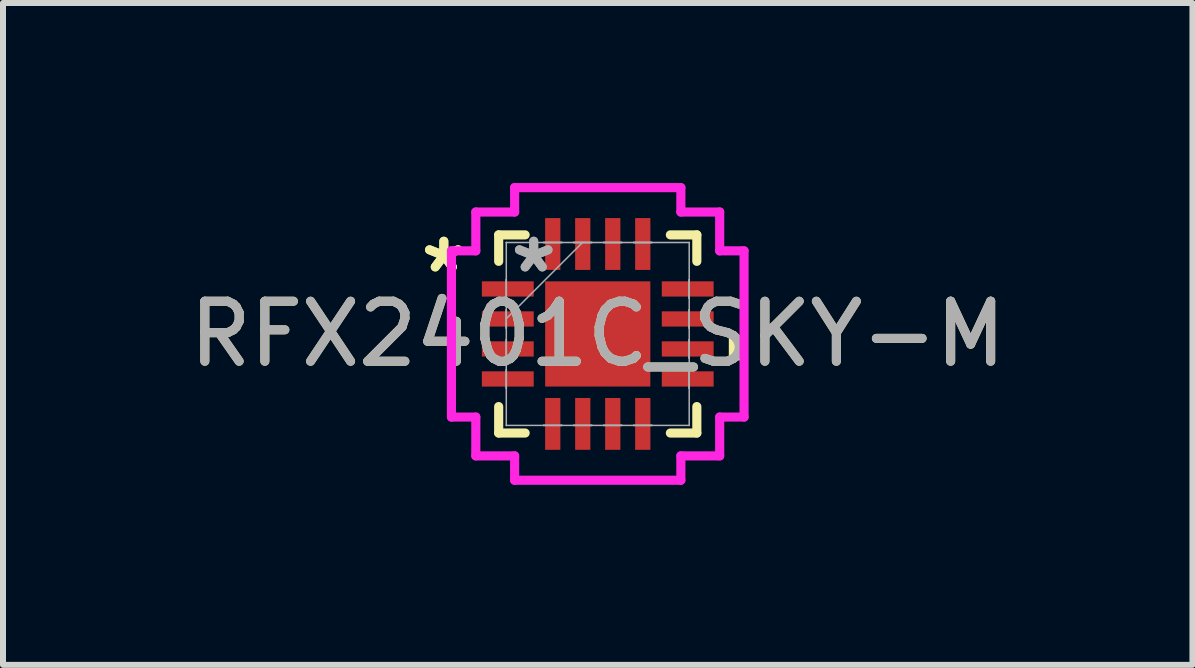
<source format=kicad_pcb>
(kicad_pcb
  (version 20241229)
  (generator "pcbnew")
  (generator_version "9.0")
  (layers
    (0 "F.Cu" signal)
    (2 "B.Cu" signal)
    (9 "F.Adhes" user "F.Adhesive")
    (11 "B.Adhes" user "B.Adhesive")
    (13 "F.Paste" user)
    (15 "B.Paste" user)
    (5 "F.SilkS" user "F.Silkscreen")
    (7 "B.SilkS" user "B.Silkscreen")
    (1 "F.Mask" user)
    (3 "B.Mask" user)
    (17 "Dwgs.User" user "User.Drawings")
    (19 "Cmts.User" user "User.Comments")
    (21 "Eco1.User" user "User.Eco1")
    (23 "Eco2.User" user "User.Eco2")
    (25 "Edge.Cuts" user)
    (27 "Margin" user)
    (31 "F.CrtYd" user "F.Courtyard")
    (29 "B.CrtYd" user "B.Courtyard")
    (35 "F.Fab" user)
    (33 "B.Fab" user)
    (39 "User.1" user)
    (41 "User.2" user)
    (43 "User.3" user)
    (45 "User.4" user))
  (footprint "RFX2401C_SKY-M"
    (layer "F.Cu")
    (at 6.911 2.515)
    (property "Reference" "RFX2401C_SKY-M" (at 0 0 0) (unlocked yes) (layer "F.SilkS") (effects (font (size 1 1) (thickness 0.15))))
    (attr smd)
    (fp_line (start -1.651 -1.651) (end -1.651 -1.21) (stroke (width 0.152) (type solid)) (layer "F.SilkS"))
    (fp_line (start -1.651 1.21) (end -1.651 1.651) (stroke (width 0.152) (type solid)) (layer "F.SilkS"))
    (fp_line (start -1.651 1.651) (end -1.21 1.651) (stroke (width 0.152) (type solid)) (layer "F.SilkS"))
    (fp_line (start -1.21 -1.651) (end -1.651 -1.651) (stroke (width 0.152) (type solid)) (layer "F.SilkS"))
    (fp_line (start 1.21 1.651) (end 1.651 1.651) (stroke (width 0.152) (type solid)) (layer "F.SilkS"))
    (fp_line (start 1.651 -1.651) (end 1.21 -1.651) (stroke (width 0.152) (type solid)) (layer "F.SilkS"))
    (fp_line (start 1.651 -1.21) (end 1.651 -1.651) (stroke (width 0.152) (type solid)) (layer "F.SilkS"))
    (fp_line (start 1.651 1.651) (end 1.651 1.21) (stroke (width 0.152) (type solid)) (layer "F.SilkS"))
    (fp_poly (pts (xy 2.438 0.059) (xy 2.438 0.441) (xy 2.184 0.441) (xy 2.184 0.059)) (stroke (width 0) (type solid)) (fill yes) (layer "F.SilkS"))
    (fp_line (start -2.438 -1.385) (end -2.032 -1.385) (stroke (width 0.152) (type solid)) (layer "F.CrtYd"))
    (fp_line (start -2.438 1.385) (end -2.438 -1.385) (stroke (width 0.152) (type solid)) (layer "F.CrtYd"))
    (fp_line (start -2.032 -2.032) (end -1.385 -2.032) (stroke (width 0.152) (type solid)) (layer "F.CrtYd"))
    (fp_line (start -2.032 -1.385) (end -2.032 -2.032) (stroke (width 0.152) (type solid)) (layer "F.CrtYd"))
    (fp_line (start -2.032 1.385) (end -2.438 1.385) (stroke (width 0.152) (type solid)) (layer "F.CrtYd"))
    (fp_line (start -2.032 2.032) (end -2.032 1.385) (stroke (width 0.152) (type solid)) (layer "F.CrtYd"))
    (fp_line (start -1.385 -2.438) (end 1.385 -2.438) (stroke (width 0.152) (type solid)) (layer "F.CrtYd"))
    (fp_line (start -1.385 -2.032) (end -1.385 -2.438) (stroke (width 0.152) (type solid)) (layer "F.CrtYd"))
    (fp_line (start -1.385 2.032) (end -2.032 2.032) (stroke (width 0.152) (type solid)) (layer "F.CrtYd"))
    (fp_line (start -1.385 2.438) (end -1.385 2.032) (stroke (width 0.152) (type solid)) (layer "F.CrtYd"))
    (fp_line (start 1.385 -2.438) (end 1.385 -2.032) (stroke (width 0.152) (type solid)) (layer "F.CrtYd"))
    (fp_line (start 1.385 -2.032) (end 2.032 -2.032) (stroke (width 0.152) (type solid)) (layer "F.CrtYd"))
    (fp_line (start 1.385 2.032) (end 1.385 2.438) (stroke (width 0.152) (type solid)) (layer "F.CrtYd"))
    (fp_line (start 1.385 2.438) (end -1.385 2.438) (stroke (width 0.152) (type solid)) (layer "F.CrtYd"))
    (fp_line (start 2.032 -2.032) (end 2.032 -1.385) (stroke (width 0.152) (type solid)) (layer "F.CrtYd"))
    (fp_line (start 2.032 -1.385) (end 2.438 -1.385) (stroke (width 0.152) (type solid)) (layer "F.CrtYd"))
    (fp_line (start 2.032 1.385) (end 2.032 2.032) (stroke (width 0.152) (type solid)) (layer "F.CrtYd"))
    (fp_line (start 2.032 2.032) (end 1.385 2.032) (stroke (width 0.152) (type solid)) (layer "F.CrtYd"))
    (fp_line (start 2.438 -1.385) (end 2.438 1.385) (stroke (width 0.152) (type solid)) (layer "F.CrtYd"))
    (fp_line (start 2.438 1.385) (end 2.032 1.385) (stroke (width 0.152) (type solid)) (layer "F.CrtYd"))
    (fp_line (start -1.524 -1.524) (end -1.524 -1.524) (stroke (width 0.025) (type solid)) (layer "F.Fab"))
    (fp_line (start -1.524 -1.524) (end -1.524 1.524) (stroke (width 0.025) (type solid)) (layer "F.Fab"))
    (fp_line (start -1.524 -0.902) (end -1.524 -0.902) (stroke (width 0.025) (type solid)) (layer "F.Fab"))
    (fp_line (start -1.524 -0.902) (end -1.524 -0.598) (stroke (width 0.025) (type solid)) (layer "F.Fab"))
    (fp_line (start -1.524 -0.598) (end -1.524 -0.902) (stroke (width 0.025) (type solid)) (layer "F.Fab"))
    (fp_line (start -1.524 -0.598) (end -1.524 -0.598) (stroke (width 0.025) (type solid)) (layer "F.Fab"))
    (fp_line (start -1.524 -0.402) (end -1.524 -0.402) (stroke (width 0.025) (type solid)) (layer "F.Fab"))
    (fp_line (start -1.524 -0.402) (end -1.524 -0.098) (stroke (width 0.025) (type solid)) (layer "F.Fab"))
    (fp_line (start -1.524 -0.254) (end -0.254 -1.524) (stroke (width 0.025) (type solid)) (layer "F.Fab"))
    (fp_line (start -1.524 -0.098) (end -1.524 -0.402) (stroke (width 0.025) (type solid)) (layer "F.Fab"))
    (fp_line (start -1.524 -0.098) (end -1.524 -0.098) (stroke (width 0.025) (type solid)) (layer "F.Fab"))
    (fp_line (start -1.524 0.098) (end -1.524 0.098) (stroke (width 0.025) (type solid)) (layer "F.Fab"))
    (fp_line (start -1.524 0.098) (end -1.524 0.402) (stroke (width 0.025) (type solid)) (layer "F.Fab"))
    (fp_line (start -1.524 0.402) (end -1.524 0.098) (stroke (width 0.025) (type solid)) (layer "F.Fab"))
    (fp_line (start -1.524 0.402) (end -1.524 0.402) (stroke (width 0.025) (type solid)) (layer "F.Fab"))
    (fp_line (start -1.524 0.598) (end -1.524 0.598) (stroke (width 0.025) (type solid)) (layer "F.Fab"))
    (fp_line (start -1.524 0.598) (end -1.524 0.902) (stroke (width 0.025) (type solid)) (layer "F.Fab"))
    (fp_line (start -1.524 0.902) (end -1.524 0.598) (stroke (width 0.025) (type solid)) (layer "F.Fab"))
    (fp_line (start -1.524 0.902) (end -1.524 0.902) (stroke (width 0.025) (type solid)) (layer "F.Fab"))
    (fp_line (start -1.524 1.524) (end -1.524 1.524) (stroke (width 0.025) (type solid)) (layer "F.Fab"))
    (fp_line (start -1.524 1.524) (end 1.524 1.524) (stroke (width 0.025) (type solid)) (layer "F.Fab"))
    (fp_line (start -0.902 -1.524) (end -0.902 -1.524) (stroke (width 0.025) (type solid)) (layer "F.Fab"))
    (fp_line (start -0.902 -1.524) (end -0.598 -1.524) (stroke (width 0.025) (type solid)) (layer "F.Fab"))
    (fp_line (start -0.902 1.524) (end -0.902 1.524) (stroke (width 0.025) (type solid)) (layer "F.Fab"))
    (fp_line (start -0.902 1.524) (end -0.598 1.524) (stroke (width 0.025) (type solid)) (layer "F.Fab"))
    (fp_line (start -0.598 -1.524) (end -0.902 -1.524) (stroke (width 0.025) (type solid)) (layer "F.Fab"))
    (fp_line (start -0.598 -1.524) (end -0.598 -1.524) (stroke (width 0.025) (type solid)) (layer "F.Fab"))
    (fp_line (start -0.598 1.524) (end -0.902 1.524) (stroke (width 0.025) (type solid)) (layer "F.Fab"))
    (fp_line (start -0.598 1.524) (end -0.598 1.524) (stroke (width 0.025) (type solid)) (layer "F.Fab"))
    (fp_line (start -0.402 -1.524) (end -0.402 -1.524) (stroke (width 0.025) (type solid)) (layer "F.Fab"))
    (fp_line (start -0.402 -1.524) (end -0.098 -1.524) (stroke (width 0.025) (type solid)) (layer "F.Fab"))
    (fp_line (start -0.402 1.524) (end -0.402 1.524) (stroke (width 0.025) (type solid)) (layer "F.Fab"))
    (fp_line (start -0.402 1.524) (end -0.098 1.524) (stroke (width 0.025) (type solid)) (layer "F.Fab"))
    (fp_line (start -0.098 -1.524) (end -0.402 -1.524) (stroke (width 0.025) (type solid)) (layer "F.Fab"))
    (fp_line (start -0.098 -1.524) (end -0.098 -1.524) (stroke (width 0.025) (type solid)) (layer "F.Fab"))
    (fp_line (start -0.098 1.524) (end -0.402 1.524) (stroke (width 0.025) (type solid)) (layer "F.Fab"))
    (fp_line (start -0.098 1.524) (end -0.098 1.524) (stroke (width 0.025) (type solid)) (layer "F.Fab"))
    (fp_line (start 0.098 -1.524) (end 0.098 -1.524) (stroke (width 0.025) (type solid)) (layer "F.Fab"))
    (fp_line (start 0.098 -1.524) (end 0.402 -1.524) (stroke (width 0.025) (type solid)) (layer "F.Fab"))
    (fp_line (start 0.098 1.524) (end 0.098 1.524) (stroke (width 0.025) (type solid)) (layer "F.Fab"))
    (fp_line (start 0.098 1.524) (end 0.402 1.524) (stroke (width 0.025) (type solid)) (layer "F.Fab"))
    (fp_line (start 0.402 -1.524) (end 0.098 -1.524) (stroke (width 0.025) (type solid)) (layer "F.Fab"))
    (fp_line (start 0.402 -1.524) (end 0.402 -1.524) (stroke (width 0.025) (type solid)) (layer "F.Fab"))
    (fp_line (start 0.402 1.524) (end 0.098 1.524) (stroke (width 0.025) (type solid)) (layer "F.Fab"))
    (fp_line (start 0.402 1.524) (end 0.402 1.524) (stroke (width 0.025) (type solid)) (layer "F.Fab"))
    (fp_line (start 0.598 -1.524) (end 0.598 -1.524) (stroke (width 0.025) (type solid)) (layer "F.Fab"))
    (fp_line (start 0.598 -1.524) (end 0.902 -1.524) (stroke (width 0.025) (type solid)) (layer "F.Fab"))
    (fp_line (start 0.598 1.524) (end 0.598 1.524) (stroke (width 0.025) (type solid)) (layer "F.Fab"))
    (fp_line (start 0.598 1.524) (end 0.902 1.524) (stroke (width 0.025) (type solid)) (layer "F.Fab"))
    (fp_line (start 0.902 -1.524) (end 0.598 -1.524) (stroke (width 0.025) (type solid)) (layer "F.Fab"))
    (fp_line (start 0.902 -1.524) (end 0.902 -1.524) (stroke (width 0.025) (type solid)) (layer "F.Fab"))
    (fp_line (start 0.902 1.524) (end 0.598 1.524) (stroke (width 0.025) (type solid)) (layer "F.Fab"))
    (fp_line (start 0.902 1.524) (end 0.902 1.524) (stroke (width 0.025) (type solid)) (layer "F.Fab"))
    (fp_line (start 1.524 -1.524) (end -1.524 -1.524) (stroke (width 0.025) (type solid)) (layer "F.Fab"))
    (fp_line (start 1.524 -1.524) (end 1.524 -1.524) (stroke (width 0.025) (type solid)) (layer "F.Fab"))
    (fp_line (start 1.524 -0.902) (end 1.524 -0.902) (stroke (width 0.025) (type solid)) (layer "F.Fab"))
    (fp_line (start 1.524 -0.902) (end 1.524 -0.598) (stroke (width 0.025) (type solid)) (layer "F.Fab"))
    (fp_line (start 1.524 -0.598) (end 1.524 -0.902) (stroke (width 0.025) (type solid)) (layer "F.Fab"))
    (fp_line (start 1.524 -0.598) (end 1.524 -0.598) (stroke (width 0.025) (type solid)) (layer "F.Fab"))
    (fp_line (start 1.524 -0.402) (end 1.524 -0.402) (stroke (width 0.025) (type solid)) (layer "F.Fab"))
    (fp_line (start 1.524 -0.402) (end 1.524 -0.098) (stroke (width 0.025) (type solid)) (layer "F.Fab"))
    (fp_line (start 1.524 -0.098) (end 1.524 -0.402) (stroke (width 0.025) (type solid)) (layer "F.Fab"))
    (fp_line (start 1.524 -0.098) (end 1.524 -0.098) (stroke (width 0.025) (type solid)) (layer "F.Fab"))
    (fp_line (start 1.524 0.098) (end 1.524 0.098) (stroke (width 0.025) (type solid)) (layer "F.Fab"))
    (fp_line (start 1.524 0.098) (end 1.524 0.402) (stroke (width 0.025) (type solid)) (layer "F.Fab"))
    (fp_line (start 1.524 0.402) (end 1.524 0.098) (stroke (width 0.025) (type solid)) (layer "F.Fab"))
    (fp_line (start 1.524 0.402) (end 1.524 0.402) (stroke (width 0.025) (type solid)) (layer "F.Fab"))
    (fp_line (start 1.524 0.598) (end 1.524 0.598) (stroke (width 0.025) (type solid)) (layer "F.Fab"))
    (fp_line (start 1.524 0.598) (end 1.524 0.902) (stroke (width 0.025) (type solid)) (layer "F.Fab"))
    (fp_line (start 1.524 0.902) (end 1.524 0.598) (stroke (width 0.025) (type solid)) (layer "F.Fab"))
    (fp_line (start 1.524 0.902) (end 1.524 0.902) (stroke (width 0.025) (type solid)) (layer "F.Fab"))
    (fp_line (start 1.524 1.524) (end 1.524 -1.524) (stroke (width 0.025) (type solid)) (layer "F.Fab"))
    (fp_line (start 1.524 1.524) (end 1.524 1.524) (stroke (width 0.025) (type solid)) (layer "F.Fab"))
    (fp_text user "*" (at -2.565 -1 0) (unlocked yes) (layer "F.SilkS") (effects (font (size 1 1) (thickness 0.15))))
    (fp_text user "*" (at -2.565 -1 0) (layer "F.SilkS") (effects (font (size 1 1) (thickness 0.15))))
    (fp_text user "*" (at -1.067 -1 0) (layer "F.Fab") (effects (font (size 1 1) (thickness 0.15))))
    (fp_text user "*" (at -1.067 -1 0) (unlocked yes) (layer "F.Fab") (effects (font (size 1 1) (thickness 0.15))))
    (fp_text user "${REFERENCE}" (at 0 0 0) (unlocked yes) (layer "F.Fab") (effects (font (size 1 1) (thickness 0.15))))
    (pad "1" smd rect (at -1.499 -0.75 90) (size 0.254 0.864) (layers "F.Cu" "F.Mask" "F.Paste"))
    (pad "2" smd rect (at -1.499 -0.25 90) (size 0.254 0.864) (layers "F.Cu" "F.Mask" "F.Paste"))
    (pad "3" smd rect (at -1.499 0.25 90) (size 0.254 0.864) (layers "F.Cu" "F.Mask" "F.Paste"))
    (pad "4" smd rect (at -1.499 0.75 90) (size 0.254 0.864) (layers "F.Cu" "F.Mask" "F.Paste"))
    (pad "5" smd rect (at -0.75 1.499) (size 0.254 0.864) (layers "F.Cu" "F.Mask" "F.Paste"))
    (pad "6" smd rect (at -0.25 1.499) (size 0.254 0.864) (layers "F.Cu" "F.Mask" "F.Paste"))
    (pad "7" smd rect (at 0.25 1.499) (size 0.254 0.864) (layers "F.Cu" "F.Mask" "F.Paste"))
    (pad "8" smd rect (at 0.75 1.499) (size 0.254 0.864) (layers "F.Cu" "F.Mask" "F.Paste"))
    (pad "9" smd rect (at 1.499 0.75 90) (size 0.254 0.864) (layers "F.Cu" "F.Mask" "F.Paste"))
    (pad "10" smd rect (at 1.499 0.25 90) (size 0.254 0.864) (layers "F.Cu" "F.Mask" "F.Paste"))
    (pad "11" smd rect (at 1.499 -0.25 90) (size 0.254 0.864) (layers "F.Cu" "F.Mask" "F.Paste"))
    (pad "12" smd rect (at 1.499 -0.75 90) (size 0.254 0.864) (layers "F.Cu" "F.Mask" "F.Paste"))
    (pad "13" smd rect (at 0.75 -1.499) (size 0.254 0.864) (layers "F.Cu" "F.Mask" "F.Paste"))
    (pad "14" smd rect (at 0.25 -1.499) (size 0.254 0.864) (layers "F.Cu" "F.Mask" "F.Paste"))
    (pad "15" smd rect (at -0.25 -1.499) (size 0.254 0.864) (layers "F.Cu" "F.Mask" "F.Paste"))
    (pad "16" smd rect (at -0.75 -1.499) (size 0.254 0.864) (layers "F.Cu" "F.Mask" "F.Paste"))
    (pad "17" smd rect (at 0 0) (size 1.753 1.753) (layers "F.Cu" "F.Mask" "F.Paste")))
  (gr_rect
    (start -3 -3)
    (end 16.821 8.029)
    (stroke (width 0.1) (type default))
    (fill no)
    (layer "Edge.Cuts")))
</source>
